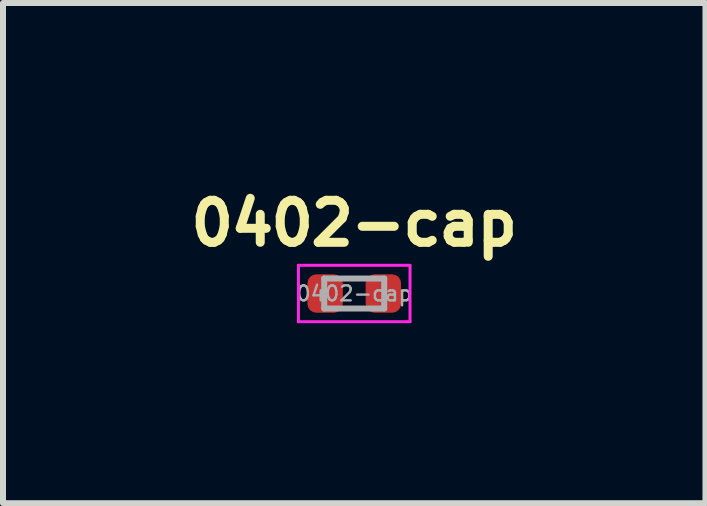
<source format=kicad_pcb>
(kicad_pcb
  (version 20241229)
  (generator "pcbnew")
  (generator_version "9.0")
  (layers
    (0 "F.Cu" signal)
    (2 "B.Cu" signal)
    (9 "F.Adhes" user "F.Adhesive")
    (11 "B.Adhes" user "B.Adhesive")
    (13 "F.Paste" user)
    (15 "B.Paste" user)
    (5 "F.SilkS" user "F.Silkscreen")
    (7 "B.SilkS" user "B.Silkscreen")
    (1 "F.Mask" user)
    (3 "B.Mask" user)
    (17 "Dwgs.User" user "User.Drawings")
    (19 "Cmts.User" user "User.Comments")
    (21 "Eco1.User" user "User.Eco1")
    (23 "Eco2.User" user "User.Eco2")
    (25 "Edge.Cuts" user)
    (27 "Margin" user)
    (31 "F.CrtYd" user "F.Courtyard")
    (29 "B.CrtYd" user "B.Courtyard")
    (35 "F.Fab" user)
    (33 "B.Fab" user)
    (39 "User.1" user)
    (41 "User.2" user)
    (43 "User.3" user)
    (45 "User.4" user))
  (footprint "0402-cap"
    (layer "F.Cu")
    (at 2.855 1.843)
    (property "Reference" "0402-cap" (at 0 -1.17 0) (layer "F.SilkS") (effects (font (size 0.7 0.7) (thickness 0.15))))
    (attr smd)
    (fp_line (start -0.93 -0.47) (end 0.93 -0.47) (stroke (width 0.05) (type solid)) (layer "F.CrtYd"))
    (fp_line (start -0.93 0.47) (end -0.93 -0.47) (stroke (width 0.05) (type solid)) (layer "F.CrtYd"))
    (fp_line (start 0.93 -0.47) (end 0.93 0.47) (stroke (width 0.05) (type solid)) (layer "F.CrtYd"))
    (fp_line (start 0.93 0.47) (end -0.93 0.47) (stroke (width 0.05) (type solid)) (layer "F.CrtYd"))
    (fp_line (start -0.5 -0.25) (end 0.5 -0.25) (stroke (width 0.1) (type solid)) (layer "F.Fab"))
    (fp_line (start -0.5 0.25) (end -0.5 -0.25) (stroke (width 0.1) (type solid)) (layer "F.Fab"))
    (fp_line (start 0.5 -0.25) (end 0.5 0.25) (stroke (width 0.1) (type solid)) (layer "F.Fab"))
    (fp_line (start 0.5 0.25) (end -0.5 0.25) (stroke (width 0.1) (type solid)) (layer "F.Fab"))
    (fp_text user "${REFERENCE}" (at 0 0 0) (layer "F.Fab") (effects (font (size 0.25 0.25) (thickness 0.04))))
    (pad "1" smd roundrect (at -0.485 0) (size 0.59 0.64) (layers "F.Cu" "F.Mask" "F.Paste") (roundrect_rratio 0.25))
    (pad "2" smd roundrect (at 0.485 0) (size 0.59 0.64) (layers "F.Cu" "F.Mask" "F.Paste") (roundrect_rratio 0.25)))
  (gr_rect
    (start -3 -3)
    (end 8.71 5.338)
    (stroke (width 0.1) (type default))
    (fill no)
    (layer "Edge.Cuts")))
</source>
